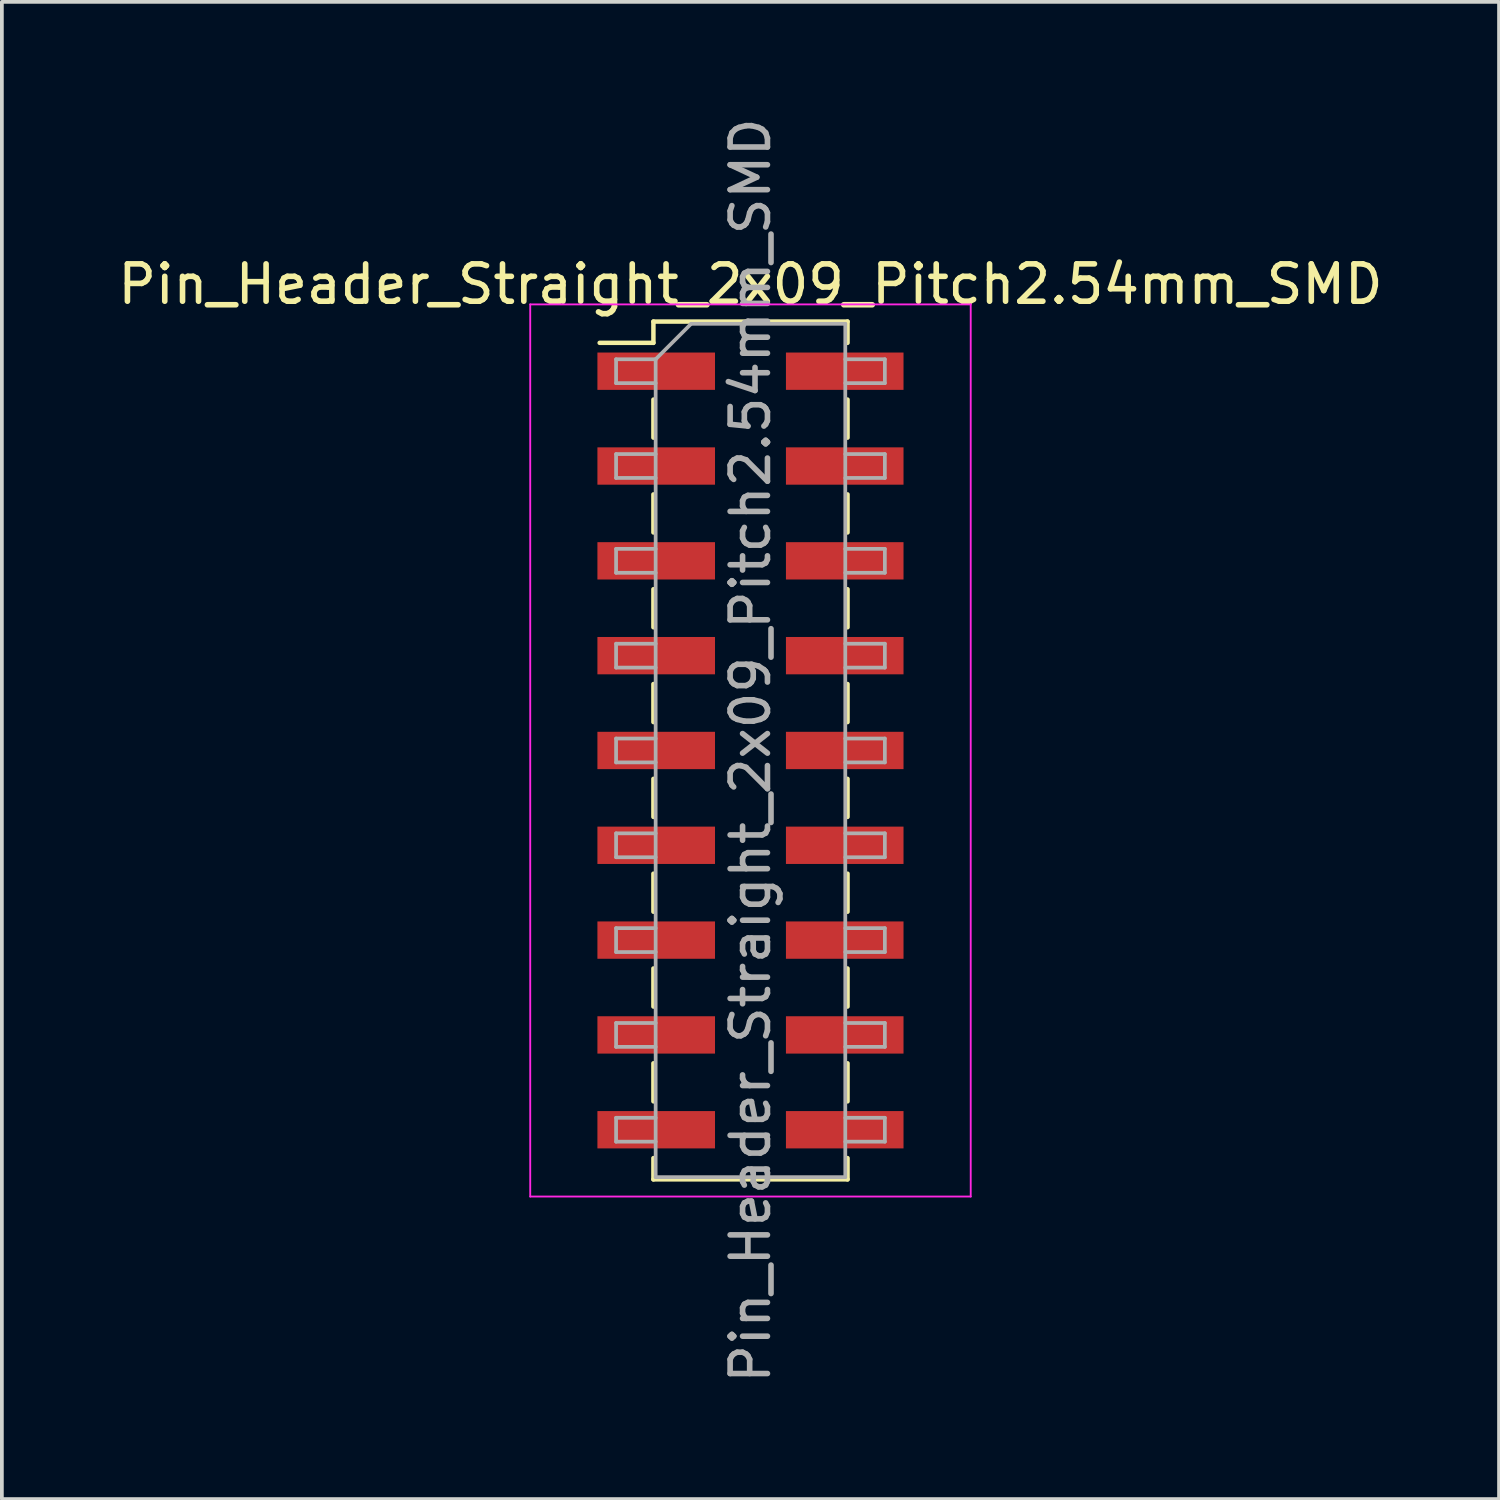
<source format=kicad_pcb>
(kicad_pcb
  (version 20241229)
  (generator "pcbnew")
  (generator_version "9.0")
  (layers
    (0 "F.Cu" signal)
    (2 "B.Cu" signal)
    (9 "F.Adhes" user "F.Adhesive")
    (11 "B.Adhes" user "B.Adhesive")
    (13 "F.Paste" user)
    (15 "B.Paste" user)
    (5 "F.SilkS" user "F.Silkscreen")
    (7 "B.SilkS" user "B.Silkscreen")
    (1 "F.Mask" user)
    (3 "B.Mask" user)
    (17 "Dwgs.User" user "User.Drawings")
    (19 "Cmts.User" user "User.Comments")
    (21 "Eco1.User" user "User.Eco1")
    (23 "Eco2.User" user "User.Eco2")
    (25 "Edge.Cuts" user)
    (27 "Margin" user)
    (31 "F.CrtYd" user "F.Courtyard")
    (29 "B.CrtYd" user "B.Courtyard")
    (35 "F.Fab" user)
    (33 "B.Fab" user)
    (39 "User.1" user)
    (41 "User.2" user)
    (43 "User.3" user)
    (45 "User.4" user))
  (footprint "Pin_Header_Straight_2x09_Pitch2.54mm_SMD"
    (layer "F.Cu")
    (at 17.054 17.054)
    (property "Reference" "Pin_Header_Straight_2x09_Pitch2.54mm_SMD" (at 0 -12.49 0) (layer "F.SilkS") (effects (font (size 1 1) (thickness 0.15))))
    (attr smd)
    (fp_line (start -4.04 -10.92) (end -2.6 -10.92) (stroke (width 0.12) (type solid)) (layer "F.SilkS"))
    (fp_line (start -2.6 -11.49) (end -2.6 -10.92) (stroke (width 0.12) (type solid)) (layer "F.SilkS"))
    (fp_line (start -2.6 -11.49) (end 2.6 -11.49) (stroke (width 0.12) (type solid)) (layer "F.SilkS"))
    (fp_line (start -2.6 -9.4) (end -2.6 -8.38) (stroke (width 0.12) (type solid)) (layer "F.SilkS"))
    (fp_line (start -2.6 -6.86) (end -2.6 -5.84) (stroke (width 0.12) (type solid)) (layer "F.SilkS"))
    (fp_line (start -2.6 -4.32) (end -2.6 -3.3) (stroke (width 0.12) (type solid)) (layer "F.SilkS"))
    (fp_line (start -2.6 -1.78) (end -2.6 -0.76) (stroke (width 0.12) (type solid)) (layer "F.SilkS"))
    (fp_line (start -2.6 0.76) (end -2.6 1.78) (stroke (width 0.12) (type solid)) (layer "F.SilkS"))
    (fp_line (start -2.6 3.3) (end -2.6 4.32) (stroke (width 0.12) (type solid)) (layer "F.SilkS"))
    (fp_line (start -2.6 5.84) (end -2.6 6.86) (stroke (width 0.12) (type solid)) (layer "F.SilkS"))
    (fp_line (start -2.6 8.38) (end -2.6 9.4) (stroke (width 0.12) (type solid)) (layer "F.SilkS"))
    (fp_line (start -2.6 10.92) (end -2.6 11.49) (stroke (width 0.12) (type solid)) (layer "F.SilkS"))
    (fp_line (start -2.6 11.49) (end 2.6 11.49) (stroke (width 0.12) (type solid)) (layer "F.SilkS"))
    (fp_line (start 2.6 -11.49) (end 2.6 -10.92) (stroke (width 0.12) (type solid)) (layer "F.SilkS"))
    (fp_line (start 2.6 -9.4) (end 2.6 -8.38) (stroke (width 0.12) (type solid)) (layer "F.SilkS"))
    (fp_line (start 2.6 -6.86) (end 2.6 -5.84) (stroke (width 0.12) (type solid)) (layer "F.SilkS"))
    (fp_line (start 2.6 -4.32) (end 2.6 -3.3) (stroke (width 0.12) (type solid)) (layer "F.SilkS"))
    (fp_line (start 2.6 -1.78) (end 2.6 -0.76) (stroke (width 0.12) (type solid)) (layer "F.SilkS"))
    (fp_line (start 2.6 0.76) (end 2.6 1.78) (stroke (width 0.12) (type solid)) (layer "F.SilkS"))
    (fp_line (start 2.6 3.3) (end 2.6 4.32) (stroke (width 0.12) (type solid)) (layer "F.SilkS"))
    (fp_line (start 2.6 5.84) (end 2.6 6.86) (stroke (width 0.12) (type solid)) (layer "F.SilkS"))
    (fp_line (start 2.6 8.38) (end 2.6 9.4) (stroke (width 0.12) (type solid)) (layer "F.SilkS"))
    (fp_line (start 2.6 10.92) (end 2.6 11.49) (stroke (width 0.12) (type solid)) (layer "F.SilkS"))
    (fp_line (start -5.9 -11.95) (end -5.9 11.95) (stroke (width 0.05) (type solid)) (layer "F.CrtYd"))
    (fp_line (start -5.9 11.95) (end 5.9 11.95) (stroke (width 0.05) (type solid)) (layer "F.CrtYd"))
    (fp_line (start 5.9 -11.95) (end -5.9 -11.95) (stroke (width 0.05) (type solid)) (layer "F.CrtYd"))
    (fp_line (start 5.9 11.95) (end 5.9 -11.95) (stroke (width 0.05) (type solid)) (layer "F.CrtYd"))
    (fp_line (start -3.6 -10.48) (end -3.6 -9.84) (stroke (width 0.1) (type solid)) (layer "F.Fab"))
    (fp_line (start -3.6 -9.84) (end -2.54 -9.84) (stroke (width 0.1) (type solid)) (layer "F.Fab"))
    (fp_line (start -3.6 -7.94) (end -3.6 -7.3) (stroke (width 0.1) (type solid)) (layer "F.Fab"))
    (fp_line (start -3.6 -7.3) (end -2.54 -7.3) (stroke (width 0.1) (type solid)) (layer "F.Fab"))
    (fp_line (start -3.6 -5.4) (end -3.6 -4.76) (stroke (width 0.1) (type solid)) (layer "F.Fab"))
    (fp_line (start -3.6 -4.76) (end -2.54 -4.76) (stroke (width 0.1) (type solid)) (layer "F.Fab"))
    (fp_line (start -3.6 -2.86) (end -3.6 -2.22) (stroke (width 0.1) (type solid)) (layer "F.Fab"))
    (fp_line (start -3.6 -2.22) (end -2.54 -2.22) (stroke (width 0.1) (type solid)) (layer "F.Fab"))
    (fp_line (start -3.6 -0.32) (end -3.6 0.32) (stroke (width 0.1) (type solid)) (layer "F.Fab"))
    (fp_line (start -3.6 0.32) (end -2.54 0.32) (stroke (width 0.1) (type solid)) (layer "F.Fab"))
    (fp_line (start -3.6 2.22) (end -3.6 2.86) (stroke (width 0.1) (type solid)) (layer "F.Fab"))
    (fp_line (start -3.6 2.86) (end -2.54 2.86) (stroke (width 0.1) (type solid)) (layer "F.Fab"))
    (fp_line (start -3.6 4.76) (end -3.6 5.4) (stroke (width 0.1) (type solid)) (layer "F.Fab"))
    (fp_line (start -3.6 5.4) (end -2.54 5.4) (stroke (width 0.1) (type solid)) (layer "F.Fab"))
    (fp_line (start -3.6 7.3) (end -3.6 7.94) (stroke (width 0.1) (type solid)) (layer "F.Fab"))
    (fp_line (start -3.6 7.94) (end -2.54 7.94) (stroke (width 0.1) (type solid)) (layer "F.Fab"))
    (fp_line (start -3.6 9.84) (end -3.6 10.48) (stroke (width 0.1) (type solid)) (layer "F.Fab"))
    (fp_line (start -3.6 10.48) (end -2.54 10.48) (stroke (width 0.1) (type solid)) (layer "F.Fab"))
    (fp_line (start -2.54 -10.48) (end -3.6 -10.48) (stroke (width 0.1) (type solid)) (layer "F.Fab"))
    (fp_line (start -2.54 -10.48) (end -1.59 -11.43) (stroke (width 0.1) (type solid)) (layer "F.Fab"))
    (fp_line (start -2.54 -7.94) (end -3.6 -7.94) (stroke (width 0.1) (type solid)) (layer "F.Fab"))
    (fp_line (start -2.54 -5.4) (end -3.6 -5.4) (stroke (width 0.1) (type solid)) (layer "F.Fab"))
    (fp_line (start -2.54 -2.86) (end -3.6 -2.86) (stroke (width 0.1) (type solid)) (layer "F.Fab"))
    (fp_line (start -2.54 -0.32) (end -3.6 -0.32) (stroke (width 0.1) (type solid)) (layer "F.Fab"))
    (fp_line (start -2.54 2.22) (end -3.6 2.22) (stroke (width 0.1) (type solid)) (layer "F.Fab"))
    (fp_line (start -2.54 4.76) (end -3.6 4.76) (stroke (width 0.1) (type solid)) (layer "F.Fab"))
    (fp_line (start -2.54 7.3) (end -3.6 7.3) (stroke (width 0.1) (type solid)) (layer "F.Fab"))
    (fp_line (start -2.54 9.84) (end -3.6 9.84) (stroke (width 0.1) (type solid)) (layer "F.Fab"))
    (fp_line (start -2.54 11.43) (end -2.54 -10.48) (stroke (width 0.1) (type solid)) (layer "F.Fab"))
    (fp_line (start -1.59 -11.43) (end 2.54 -11.43) (stroke (width 0.1) (type solid)) (layer "F.Fab"))
    (fp_line (start 2.54 -11.43) (end 2.54 11.43) (stroke (width 0.1) (type solid)) (layer "F.Fab"))
    (fp_line (start 2.54 -10.48) (end 3.6 -10.48) (stroke (width 0.1) (type solid)) (layer "F.Fab"))
    (fp_line (start 2.54 -7.94) (end 3.6 -7.94) (stroke (width 0.1) (type solid)) (layer "F.Fab"))
    (fp_line (start 2.54 -5.4) (end 3.6 -5.4) (stroke (width 0.1) (type solid)) (layer "F.Fab"))
    (fp_line (start 2.54 -2.86) (end 3.6 -2.86) (stroke (width 0.1) (type solid)) (layer "F.Fab"))
    (fp_line (start 2.54 -0.32) (end 3.6 -0.32) (stroke (width 0.1) (type solid)) (layer "F.Fab"))
    (fp_line (start 2.54 2.22) (end 3.6 2.22) (stroke (width 0.1) (type solid)) (layer "F.Fab"))
    (fp_line (start 2.54 4.76) (end 3.6 4.76) (stroke (width 0.1) (type solid)) (layer "F.Fab"))
    (fp_line (start 2.54 7.3) (end 3.6 7.3) (stroke (width 0.1) (type solid)) (layer "F.Fab"))
    (fp_line (start 2.54 9.84) (end 3.6 9.84) (stroke (width 0.1) (type solid)) (layer "F.Fab"))
    (fp_line (start 2.54 11.43) (end -2.54 11.43) (stroke (width 0.1) (type solid)) (layer "F.Fab"))
    (fp_line (start 3.6 -10.48) (end 3.6 -9.84) (stroke (width 0.1) (type solid)) (layer "F.Fab"))
    (fp_line (start 3.6 -9.84) (end 2.54 -9.84) (stroke (width 0.1) (type solid)) (layer "F.Fab"))
    (fp_line (start 3.6 -7.94) (end 3.6 -7.3) (stroke (width 0.1) (type solid)) (layer "F.Fab"))
    (fp_line (start 3.6 -7.3) (end 2.54 -7.3) (stroke (width 0.1) (type solid)) (layer "F.Fab"))
    (fp_line (start 3.6 -5.4) (end 3.6 -4.76) (stroke (width 0.1) (type solid)) (layer "F.Fab"))
    (fp_line (start 3.6 -4.76) (end 2.54 -4.76) (stroke (width 0.1) (type solid)) (layer "F.Fab"))
    (fp_line (start 3.6 -2.86) (end 3.6 -2.22) (stroke (width 0.1) (type solid)) (layer "F.Fab"))
    (fp_line (start 3.6 -2.22) (end 2.54 -2.22) (stroke (width 0.1) (type solid)) (layer "F.Fab"))
    (fp_line (start 3.6 -0.32) (end 3.6 0.32) (stroke (width 0.1) (type solid)) (layer "F.Fab"))
    (fp_line (start 3.6 0.32) (end 2.54 0.32) (stroke (width 0.1) (type solid)) (layer "F.Fab"))
    (fp_line (start 3.6 2.22) (end 3.6 2.86) (stroke (width 0.1) (type solid)) (layer "F.Fab"))
    (fp_line (start 3.6 2.86) (end 2.54 2.86) (stroke (width 0.1) (type solid)) (layer "F.Fab"))
    (fp_line (start 3.6 4.76) (end 3.6 5.4) (stroke (width 0.1) (type solid)) (layer "F.Fab"))
    (fp_line (start 3.6 5.4) (end 2.54 5.4) (stroke (width 0.1) (type solid)) (layer "F.Fab"))
    (fp_line (start 3.6 7.3) (end 3.6 7.94) (stroke (width 0.1) (type solid)) (layer "F.Fab"))
    (fp_line (start 3.6 7.94) (end 2.54 7.94) (stroke (width 0.1) (type solid)) (layer "F.Fab"))
    (fp_line (start 3.6 9.84) (end 3.6 10.48) (stroke (width 0.1) (type solid)) (layer "F.Fab"))
    (fp_line (start 3.6 10.48) (end 2.54 10.48) (stroke (width 0.1) (type solid)) (layer "F.Fab"))
    (fp_text user "${REFERENCE}" (at 0 0 90) (layer "F.Fab") (effects (font (size 1 1) (thickness 0.15))))
    (pad "1" smd rect (at -2.525 -10.16) (size 3.15 1) (layers "F.Cu" "F.Mask" "F.Paste"))
    (pad "2" smd rect (at 2.525 -10.16) (size 3.15 1) (layers "F.Cu" "F.Mask" "F.Paste"))
    (pad "3" smd rect (at -2.525 -7.62) (size 3.15 1) (layers "F.Cu" "F.Mask" "F.Paste"))
    (pad "4" smd rect (at 2.525 -7.62) (size 3.15 1) (layers "F.Cu" "F.Mask" "F.Paste"))
    (pad "5" smd rect (at -2.525 -5.08) (size 3.15 1) (layers "F.Cu" "F.Mask" "F.Paste"))
    (pad "6" smd rect (at 2.525 -5.08) (size 3.15 1) (layers "F.Cu" "F.Mask" "F.Paste"))
    (pad "7" smd rect (at -2.525 -2.54) (size 3.15 1) (layers "F.Cu" "F.Mask" "F.Paste"))
    (pad "8" smd rect (at 2.525 -2.54) (size 3.15 1) (layers "F.Cu" "F.Mask" "F.Paste"))
    (pad "9" smd rect (at -2.525 0) (size 3.15 1) (layers "F.Cu" "F.Mask" "F.Paste"))
    (pad "10" smd rect (at 2.525 0) (size 3.15 1) (layers "F.Cu" "F.Mask" "F.Paste"))
    (pad "11" smd rect (at -2.525 2.54) (size 3.15 1) (layers "F.Cu" "F.Mask" "F.Paste"))
    (pad "12" smd rect (at 2.525 2.54) (size 3.15 1) (layers "F.Cu" "F.Mask" "F.Paste"))
    (pad "13" smd rect (at -2.525 5.08) (size 3.15 1) (layers "F.Cu" "F.Mask" "F.Paste"))
    (pad "14" smd rect (at 2.525 5.08) (size 3.15 1) (layers "F.Cu" "F.Mask" "F.Paste"))
    (pad "15" smd rect (at -2.525 7.62) (size 3.15 1) (layers "F.Cu" "F.Mask" "F.Paste"))
    (pad "16" smd rect (at 2.525 7.62) (size 3.15 1) (layers "F.Cu" "F.Mask" "F.Paste"))
    (pad "17" smd rect (at -2.525 10.16) (size 3.15 1) (layers "F.Cu" "F.Mask" "F.Paste"))
    (pad "18" smd rect (at 2.525 10.16) (size 3.15 1) (layers "F.Cu" "F.Mask" "F.Paste")))
  (gr_rect
    (start -3 -3)
    (end 37.107 37.107)
    (stroke (width 0.1) (type default))
    (fill no)
    (layer "Edge.Cuts")))
</source>
